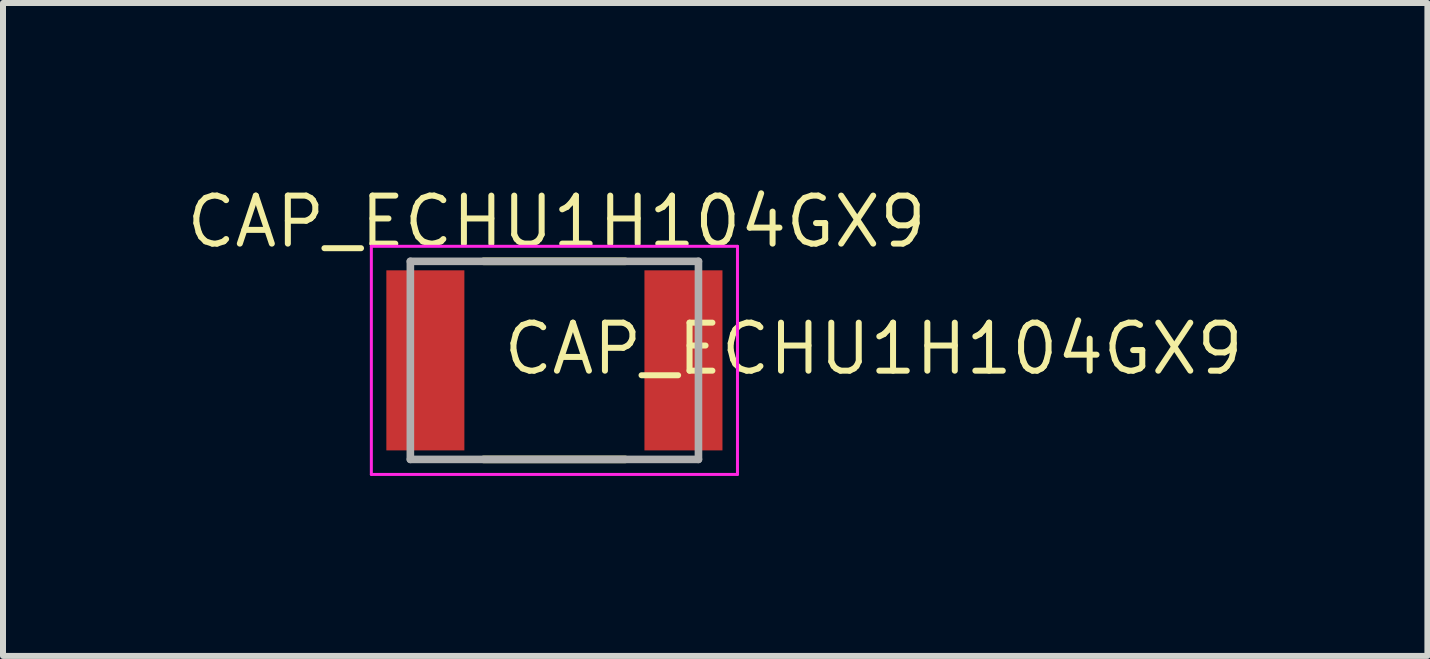
<source format=kicad_pcb>
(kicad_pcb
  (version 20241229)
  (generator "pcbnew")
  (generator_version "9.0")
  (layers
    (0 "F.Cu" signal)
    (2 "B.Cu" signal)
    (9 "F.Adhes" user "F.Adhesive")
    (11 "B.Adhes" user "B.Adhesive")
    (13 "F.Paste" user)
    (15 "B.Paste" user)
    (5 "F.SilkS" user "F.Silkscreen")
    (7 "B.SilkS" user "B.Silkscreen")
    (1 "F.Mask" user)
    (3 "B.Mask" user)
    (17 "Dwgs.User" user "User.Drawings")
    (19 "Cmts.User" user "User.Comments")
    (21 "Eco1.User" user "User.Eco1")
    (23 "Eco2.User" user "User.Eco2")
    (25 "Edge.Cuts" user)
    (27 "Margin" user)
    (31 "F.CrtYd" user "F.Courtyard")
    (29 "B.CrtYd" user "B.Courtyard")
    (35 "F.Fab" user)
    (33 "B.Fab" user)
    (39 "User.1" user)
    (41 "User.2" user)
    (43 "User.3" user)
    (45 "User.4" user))
  (footprint "CAP_ECHU1H104GX9"
    (layer "F.Cu")
    (at 6.187 2.954)
    (property "Reference" "CAP_ECHU1H104GX9" (at 0.035 -2.31 0) (layer "F.SilkS") (effects (font (size 0.8 0.8) (thickness 0.1))))
    (property "Value" "CAP_ECHU1H104GX9" (at 2.405 2.65 0) (layer "F.Fab") (hide yes) (effects (font (size 0.8 0.8) (thickness 0.15))))
    (attr smd)
    (fp_line (start -1.18 -1.65) (end 1.18 -1.65) (stroke (width 0.127) (type solid)) (layer "F.SilkS"))
    (fp_line (start -1.18 1.65) (end 1.18 1.65) (stroke (width 0.127) (type solid)) (layer "F.SilkS"))
    (fp_line (start -3.05 -1.9) (end -3.05 1.9) (stroke (width 0.05) (type solid)) (layer "F.CrtYd"))
    (fp_line (start -3.05 1.9) (end 3.05 1.9) (stroke (width 0.05) (type solid)) (layer "F.CrtYd"))
    (fp_line (start 3.05 -1.9) (end -3.05 -1.9) (stroke (width 0.05) (type solid)) (layer "F.CrtYd"))
    (fp_line (start 3.05 1.9) (end 3.05 -1.9) (stroke (width 0.05) (type solid)) (layer "F.CrtYd"))
    (fp_line (start -2.4 -1.65) (end -2.4 1.65) (stroke (width 0.127) (type solid)) (layer "F.Fab"))
    (fp_line (start -2.4 -1.65) (end 2.4 -1.65) (stroke (width 0.127) (type solid)) (layer "F.Fab"))
    (fp_line (start -2.4 1.65) (end 2.4 1.65) (stroke (width 0.127) (type solid)) (layer "F.Fab"))
    (fp_line (start 2.4 -1.65) (end 2.4 1.65) (stroke (width 0.127) (type solid)) (layer "F.Fab"))
    (fp_text user "${VALUE}" (at -0.9 0.275 0) (unlocked yes) (layer "F.SilkS") (effects (font (size 0.8 0.8) (thickness 0.1)) (justify left bottom)))
    (pad "1" smd rect (at -2.15 0) (size 1.3 3) (layers "F.Cu" "F.Mask" "F.Paste"))
    (pad "2" smd rect (at 2.15 0) (size 1.3 3) (layers "F.Cu" "F.Mask" "F.Paste")))
  (gr_rect
    (start -3 -3)
    (end 20.732 7.878)
    (stroke (width 0.1) (type default))
    (fill no)
    (layer "Edge.Cuts")))
</source>
